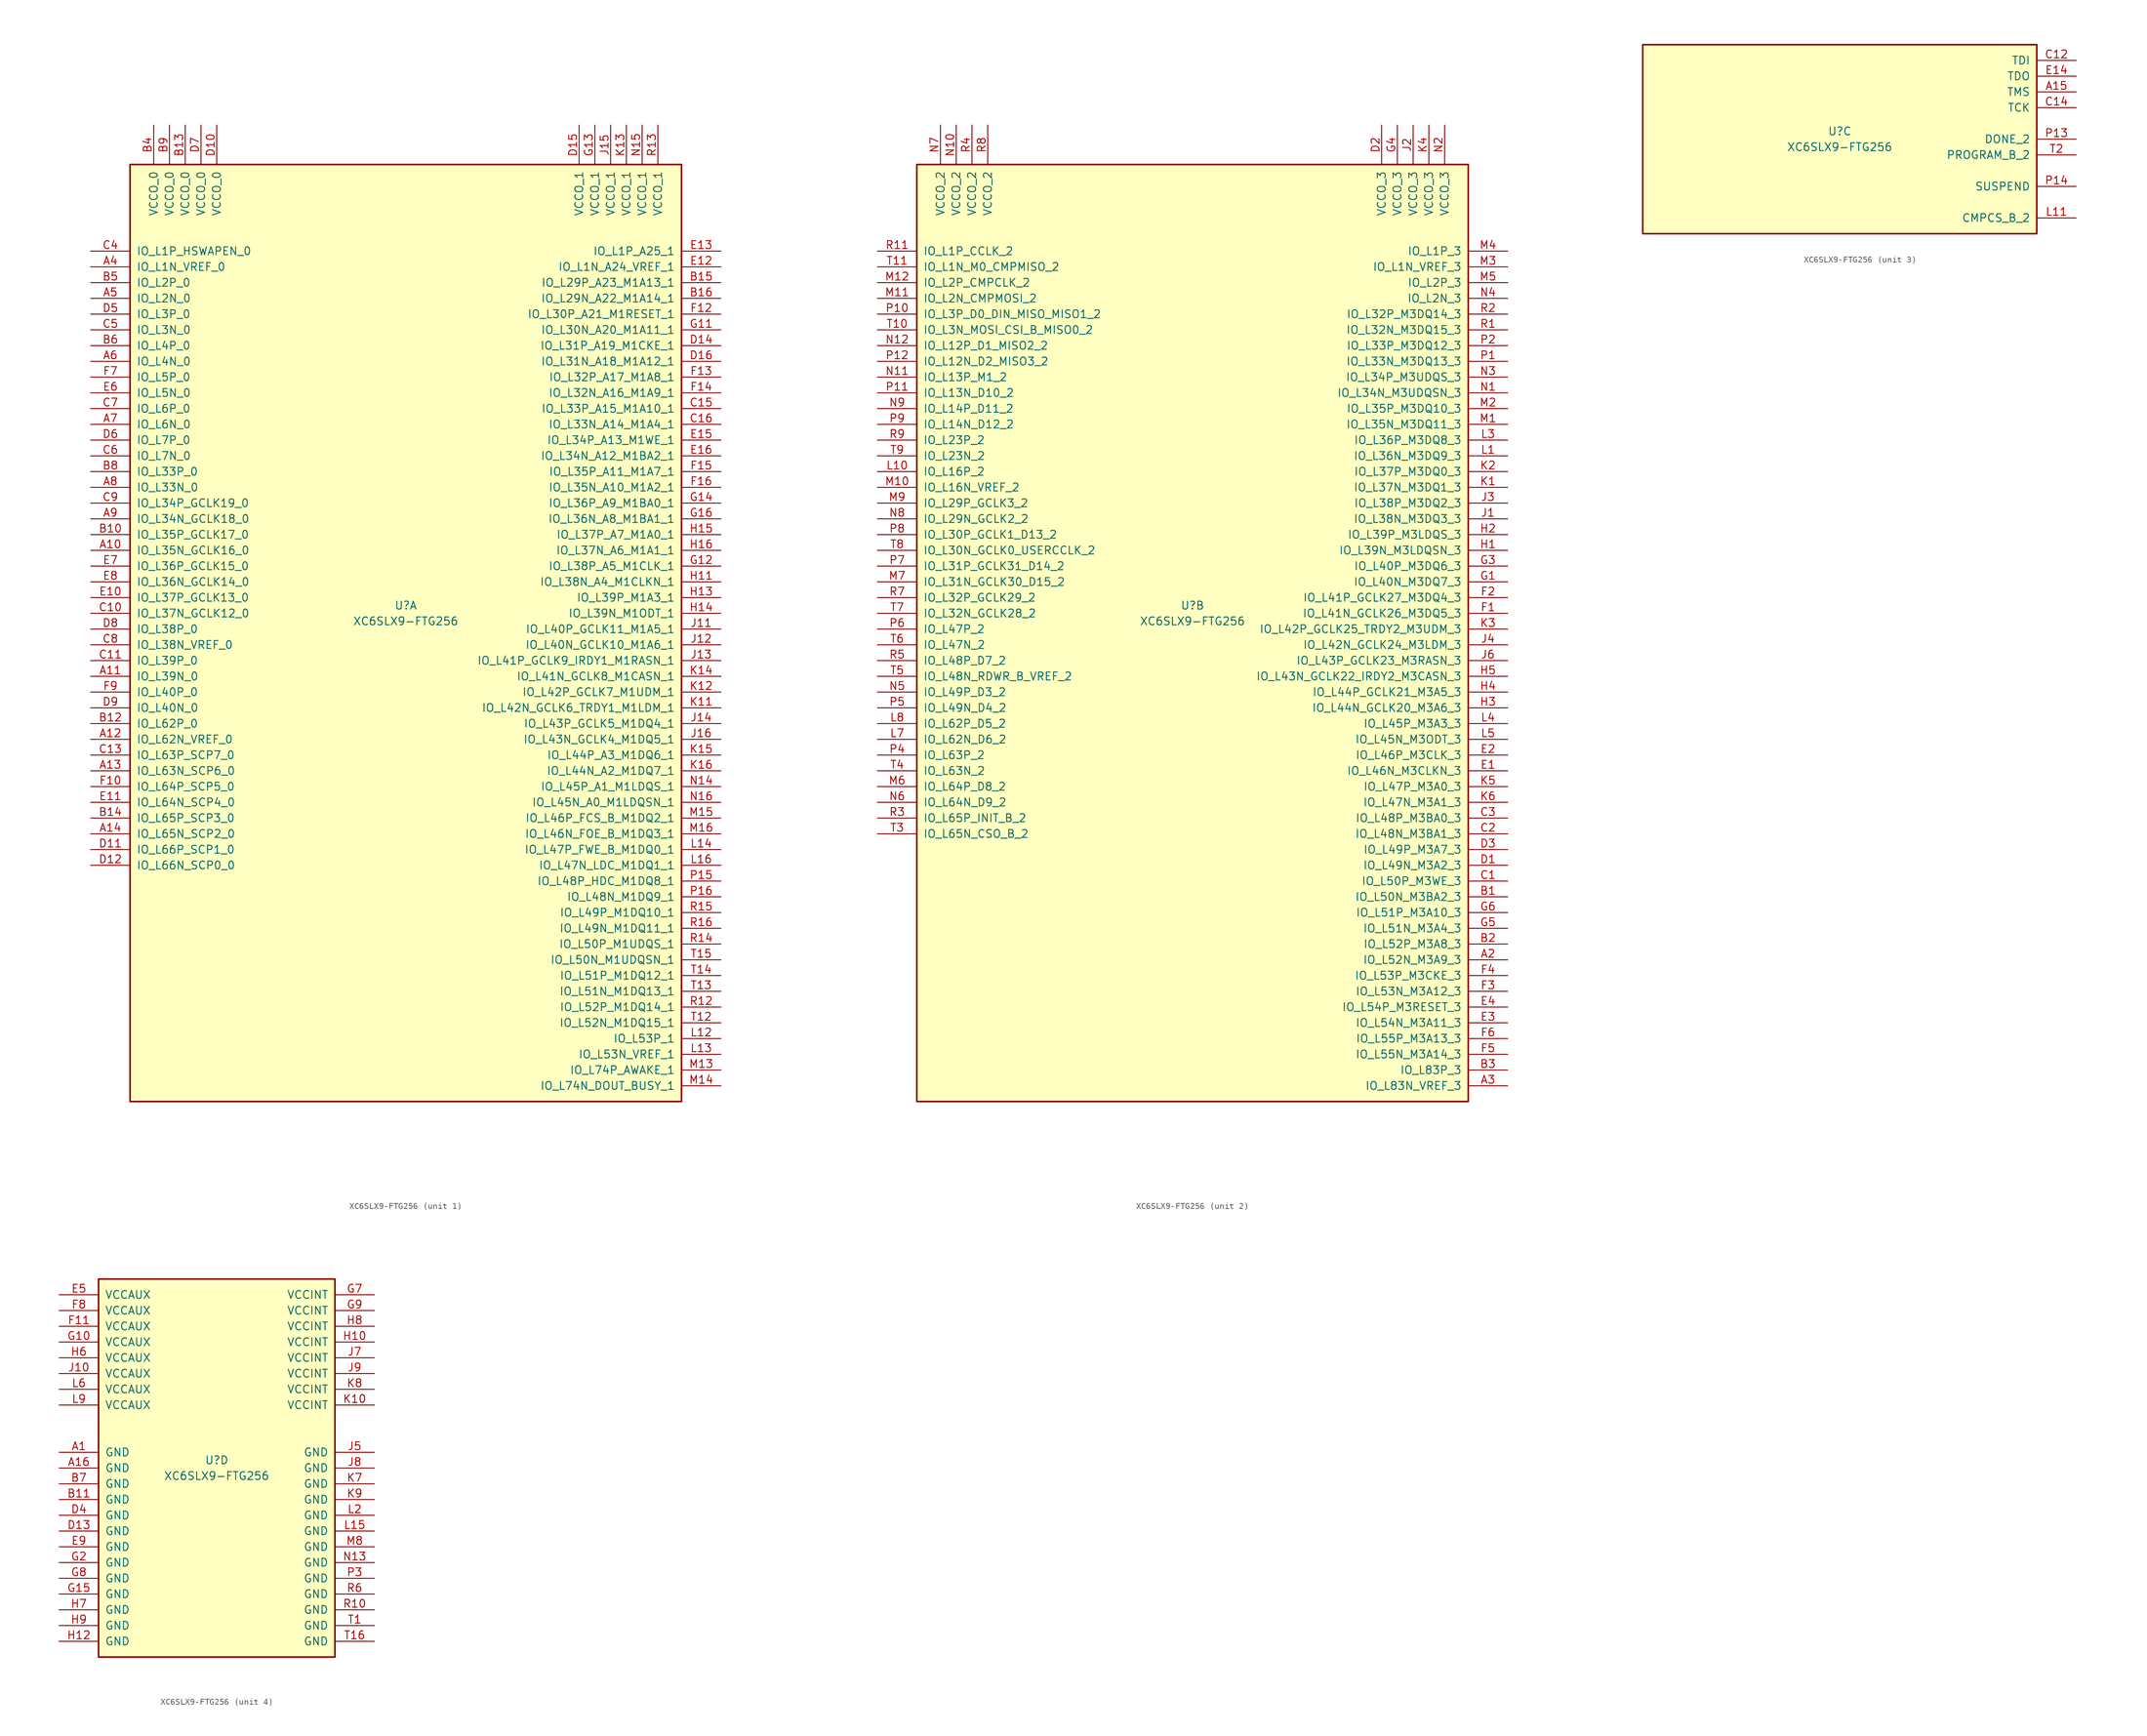
<source format=kicad_sym>
(kicad_symbol_lib
  (version 20201005)
  (generator kicad_symbol_editor)
  (symbol "XC6SLX9-FTG256"
    (pin_names
      (offset 1.016))
    (property "Reference" "U"
      (at 0 1.27 0)
      (effects (font (size 1.27 1.27))))
    (property "Value" "XC6SLX9-FTG256"
      (at 0 -1.27 0)
      (effects (font (size 1.27 1.27))))
    (property "Datasheet" ""
      (at 0 0 0)
      (effects (font (size 1.27 1.27))))
    (property "ki_locked" ""
      (at 0 0 0)
      (effects (font (size 1.27 1.27))))
    (symbol "XC6SLX9-FTG256_1_1"
      (rectangle (start -44.45 72.39) (end 44.45 -78.74) (stroke (width 0.254)) (fill (type background)))
      (pin bidirectional line (at -50.8 10.16 0) (length 6.35) (name "IO_L35N_GCLK16_0" (effects (font (size 1.27 1.27)))) (number "A10" (effects (font (size 1.27 1.27)))))
      (pin bidirectional line (at -50.8 -10.16 0) (length 6.35) (name "IO_L39N_0" (effects (font (size 1.27 1.27)))) (number "A11" (effects (font (size 1.27 1.27)))))
      (pin bidirectional line (at -50.8 -20.32 0) (length 6.35) (name "IO_L62N_VREF_0" (effects (font (size 1.27 1.27)))) (number "A12" (effects (font (size 1.27 1.27)))))
      (pin bidirectional line (at -50.8 -25.4 0) (length 6.35) (name "IO_L63N_SCP6_0" (effects (font (size 1.27 1.27)))) (number "A13" (effects (font (size 1.27 1.27)))))
      (pin bidirectional line (at -50.8 -35.56 0) (length 6.35) (name "IO_L65N_SCP2_0" (effects (font (size 1.27 1.27)))) (number "A14" (effects (font (size 1.27 1.27)))))
      (pin bidirectional line (at -50.8 55.88 0) (length 6.35) (name "IO_L1N_VREF_0" (effects (font (size 1.27 1.27)))) (number "A4" (effects (font (size 1.27 1.27)))))
      (pin bidirectional line (at -50.8 50.8 0) (length 6.35) (name "IO_L2N_0" (effects (font (size 1.27 1.27)))) (number "A5" (effects (font (size 1.27 1.27)))))
      (pin bidirectional line (at -50.8 40.64 0) (length 6.35) (name "IO_L4N_0" (effects (font (size 1.27 1.27)))) (number "A6" (effects (font (size 1.27 1.27)))))
      (pin bidirectional line (at -50.8 30.48 0) (length 6.35) (name "IO_L6N_0" (effects (font (size 1.27 1.27)))) (number "A7" (effects (font (size 1.27 1.27)))))
      (pin bidirectional line (at -50.8 20.32 0) (length 6.35) (name "IO_L33N_0" (effects (font (size 1.27 1.27)))) (number "A8" (effects (font (size 1.27 1.27)))))
      (pin bidirectional line (at -50.8 15.24 0) (length 6.35) (name "IO_L34N_GCLK18_0" (effects (font (size 1.27 1.27)))) (number "A9" (effects (font (size 1.27 1.27)))))
      (pin bidirectional line (at -50.8 12.7 0) (length 6.35) (name "IO_L35P_GCLK17_0" (effects (font (size 1.27 1.27)))) (number "B10" (effects (font (size 1.27 1.27)))))
      (pin bidirectional line (at -50.8 -17.78 0) (length 6.35) (name "IO_L62P_0" (effects (font (size 1.27 1.27)))) (number "B12" (effects (font (size 1.27 1.27)))))
      (pin power_in line (at -35.56 78.74 270) (length 6.35) (name "VCCO_0" (effects (font (size 1.27 1.27)))) (number "B13" (effects (font (size 1.27 1.27)))))
      (pin bidirectional line (at -50.8 -33.02 0) (length 6.35) (name "IO_L65P_SCP3_0" (effects (font (size 1.27 1.27)))) (number "B14" (effects (font (size 1.27 1.27)))))
      (pin bidirectional line (at 50.8 53.34 180) (length 6.35) (name "IO_L29P_A23_M1A13_1" (effects (font (size 1.27 1.27)))) (number "B15" (effects (font (size 1.27 1.27)))))
      (pin bidirectional line (at 50.8 50.8 180) (length 6.35) (name "IO_L29N_A22_M1A14_1" (effects (font (size 1.27 1.27)))) (number "B16" (effects (font (size 1.27 1.27)))))
      (pin power_in line (at -40.64 78.74 270) (length 6.35) (name "VCCO_0" (effects (font (size 1.27 1.27)))) (number "B4" (effects (font (size 1.27 1.27)))))
      (pin bidirectional line (at -50.8 53.34 0) (length 6.35) (name "IO_L2P_0" (effects (font (size 1.27 1.27)))) (number "B5" (effects (font (size 1.27 1.27)))))
      (pin bidirectional line (at -50.8 43.18 0) (length 6.35) (name "IO_L4P_0" (effects (font (size 1.27 1.27)))) (number "B6" (effects (font (size 1.27 1.27)))))
      (pin bidirectional line (at -50.8 22.86 0) (length 6.35) (name "IO_L33P_0" (effects (font (size 1.27 1.27)))) (number "B8" (effects (font (size 1.27 1.27)))))
      (pin power_in line (at -38.1 78.74 270) (length 6.35) (name "VCCO_0" (effects (font (size 1.27 1.27)))) (number "B9" (effects (font (size 1.27 1.27)))))
      (pin bidirectional line (at -50.8 0 0) (length 6.35) (name "IO_L37N_GCLK12_0" (effects (font (size 1.27 1.27)))) (number "C10" (effects (font (size 1.27 1.27)))))
      (pin bidirectional line (at -50.8 -7.62 0) (length 6.35) (name "IO_L39P_0" (effects (font (size 1.27 1.27)))) (number "C11" (effects (font (size 1.27 1.27)))))
      (pin bidirectional line (at -50.8 -22.86 0) (length 6.35) (name "IO_L63P_SCP7_0" (effects (font (size 1.27 1.27)))) (number "C13" (effects (font (size 1.27 1.27)))))
      (pin bidirectional line (at 50.8 33.02 180) (length 6.35) (name "IO_L33P_A15_M1A10_1" (effects (font (size 1.27 1.27)))) (number "C15" (effects (font (size 1.27 1.27)))))
      (pin bidirectional line (at 50.8 30.48 180) (length 6.35) (name "IO_L33N_A14_M1A4_1" (effects (font (size 1.27 1.27)))) (number "C16" (effects (font (size 1.27 1.27)))))
      (pin bidirectional line (at -50.8 58.42 0) (length 6.35) (name "IO_L1P_HSWAPEN_0" (effects (font (size 1.27 1.27)))) (number "C4" (effects (font (size 1.27 1.27)))))
      (pin bidirectional line (at -50.8 45.72 0) (length 6.35) (name "IO_L3N_0" (effects (font (size 1.27 1.27)))) (number "C5" (effects (font (size 1.27 1.27)))))
      (pin bidirectional line (at -50.8 25.4 0) (length 6.35) (name "IO_L7N_0" (effects (font (size 1.27 1.27)))) (number "C6" (effects (font (size 1.27 1.27)))))
      (pin bidirectional line (at -50.8 33.02 0) (length 6.35) (name "IO_L6P_0" (effects (font (size 1.27 1.27)))) (number "C7" (effects (font (size 1.27 1.27)))))
      (pin bidirectional line (at -50.8 -5.08 0) (length 6.35) (name "IO_L38N_VREF_0" (effects (font (size 1.27 1.27)))) (number "C8" (effects (font (size 1.27 1.27)))))
      (pin bidirectional line (at -50.8 17.78 0) (length 6.35) (name "IO_L34P_GCLK19_0" (effects (font (size 1.27 1.27)))) (number "C9" (effects (font (size 1.27 1.27)))))
      (pin power_in line (at -30.48 78.74 270) (length 6.35) (name "VCCO_0" (effects (font (size 1.27 1.27)))) (number "D10" (effects (font (size 1.27 1.27)))))
      (pin bidirectional line (at -50.8 -38.1 0) (length 6.35) (name "IO_L66P_SCP1_0" (effects (font (size 1.27 1.27)))) (number "D11" (effects (font (size 1.27 1.27)))))
      (pin bidirectional line (at -50.8 -40.64 0) (length 6.35) (name "IO_L66N_SCP0_0" (effects (font (size 1.27 1.27)))) (number "D12" (effects (font (size 1.27 1.27)))))
      (pin bidirectional line (at 50.8 43.18 180) (length 6.35) (name "IO_L31P_A19_M1CKE_1" (effects (font (size 1.27 1.27)))) (number "D14" (effects (font (size 1.27 1.27)))))
      (pin power_in line (at 27.94 78.74 270) (length 6.35) (name "VCCO_1" (effects (font (size 1.27 1.27)))) (number "D15" (effects (font (size 1.27 1.27)))))
      (pin bidirectional line (at 50.8 40.64 180) (length 6.35) (name "IO_L31N_A18_M1A12_1" (effects (font (size 1.27 1.27)))) (number "D16" (effects (font (size 1.27 1.27)))))
      (pin bidirectional line (at -50.8 48.26 0) (length 6.35) (name "IO_L3P_0" (effects (font (size 1.27 1.27)))) (number "D5" (effects (font (size 1.27 1.27)))))
      (pin bidirectional line (at -50.8 27.94 0) (length 6.35) (name "IO_L7P_0" (effects (font (size 1.27 1.27)))) (number "D6" (effects (font (size 1.27 1.27)))))
      (pin power_in line (at -33.02 78.74 270) (length 6.35) (name "VCCO_0" (effects (font (size 1.27 1.27)))) (number "D7" (effects (font (size 1.27 1.27)))))
      (pin bidirectional line (at -50.8 -2.54 0) (length 6.35) (name "IO_L38P_0" (effects (font (size 1.27 1.27)))) (number "D8" (effects (font (size 1.27 1.27)))))
      (pin bidirectional line (at -50.8 -15.24 0) (length 6.35) (name "IO_L40N_0" (effects (font (size 1.27 1.27)))) (number "D9" (effects (font (size 1.27 1.27)))))
      (pin bidirectional line (at -50.8 2.54 0) (length 6.35) (name "IO_L37P_GCLK13_0" (effects (font (size 1.27 1.27)))) (number "E10" (effects (font (size 1.27 1.27)))))
      (pin bidirectional line (at -50.8 -30.48 0) (length 6.35) (name "IO_L64N_SCP4_0" (effects (font (size 1.27 1.27)))) (number "E11" (effects (font (size 1.27 1.27)))))
      (pin bidirectional line (at 50.8 55.88 180) (length 6.35) (name "IO_L1N_A24_VREF_1" (effects (font (size 1.27 1.27)))) (number "E12" (effects (font (size 1.27 1.27)))))
      (pin bidirectional line (at 50.8 58.42 180) (length 6.35) (name "IO_L1P_A25_1" (effects (font (size 1.27 1.27)))) (number "E13" (effects (font (size 1.27 1.27)))))
      (pin bidirectional line (at 50.8 27.94 180) (length 6.35) (name "IO_L34P_A13_M1WE_1" (effects (font (size 1.27 1.27)))) (number "E15" (effects (font (size 1.27 1.27)))))
      (pin bidirectional line (at 50.8 25.4 180) (length 6.35) (name "IO_L34N_A12_M1BA2_1" (effects (font (size 1.27 1.27)))) (number "E16" (effects (font (size 1.27 1.27)))))
      (pin bidirectional line (at -50.8 35.56 0) (length 6.35) (name "IO_L5N_0" (effects (font (size 1.27 1.27)))) (number "E6" (effects (font (size 1.27 1.27)))))
      (pin bidirectional line (at -50.8 7.62 0) (length 6.35) (name "IO_L36P_GCLK15_0" (effects (font (size 1.27 1.27)))) (number "E7" (effects (font (size 1.27 1.27)))))
      (pin bidirectional line (at -50.8 5.08 0) (length 6.35) (name "IO_L36N_GCLK14_0" (effects (font (size 1.27 1.27)))) (number "E8" (effects (font (size 1.27 1.27)))))
      (pin bidirectional line (at -50.8 -27.94 0) (length 6.35) (name "IO_L64P_SCP5_0" (effects (font (size 1.27 1.27)))) (number "F10" (effects (font (size 1.27 1.27)))))
      (pin bidirectional line (at 50.8 48.26 180) (length 6.35) (name "IO_L30P_A21_M1RESET_1" (effects (font (size 1.27 1.27)))) (number "F12" (effects (font (size 1.27 1.27)))))
      (pin bidirectional line (at 50.8 38.1 180) (length 6.35) (name "IO_L32P_A17_M1A8_1" (effects (font (size 1.27 1.27)))) (number "F13" (effects (font (size 1.27 1.27)))))
      (pin bidirectional line (at 50.8 35.56 180) (length 6.35) (name "IO_L32N_A16_M1A9_1" (effects (font (size 1.27 1.27)))) (number "F14" (effects (font (size 1.27 1.27)))))
      (pin bidirectional line (at 50.8 22.86 180) (length 6.35) (name "IO_L35P_A11_M1A7_1" (effects (font (size 1.27 1.27)))) (number "F15" (effects (font (size 1.27 1.27)))))
      (pin bidirectional line (at 50.8 20.32 180) (length 6.35) (name "IO_L35N_A10_M1A2_1" (effects (font (size 1.27 1.27)))) (number "F16" (effects (font (size 1.27 1.27)))))
      (pin bidirectional line (at -50.8 38.1 0) (length 6.35) (name "IO_L5P_0" (effects (font (size 1.27 1.27)))) (number "F7" (effects (font (size 1.27 1.27)))))
      (pin bidirectional line (at -50.8 -12.7 0) (length 6.35) (name "IO_L40P_0" (effects (font (size 1.27 1.27)))) (number "F9" (effects (font (size 1.27 1.27)))))
      (pin bidirectional line (at 50.8 45.72 180) (length 6.35) (name "IO_L30N_A20_M1A11_1" (effects (font (size 1.27 1.27)))) (number "G11" (effects (font (size 1.27 1.27)))))
      (pin bidirectional line (at 50.8 7.62 180) (length 6.35) (name "IO_L38P_A5_M1CLK_1" (effects (font (size 1.27 1.27)))) (number "G12" (effects (font (size 1.27 1.27)))))
      (pin power_in line (at 30.48 78.74 270) (length 6.35) (name "VCCO_1" (effects (font (size 1.27 1.27)))) (number "G13" (effects (font (size 1.27 1.27)))))
      (pin bidirectional line (at 50.8 17.78 180) (length 6.35) (name "IO_L36P_A9_M1BA0_1" (effects (font (size 1.27 1.27)))) (number "G14" (effects (font (size 1.27 1.27)))))
      (pin bidirectional line (at 50.8 15.24 180) (length 6.35) (name "IO_L36N_A8_M1BA1_1" (effects (font (size 1.27 1.27)))) (number "G16" (effects (font (size 1.27 1.27)))))
      (pin bidirectional line (at 50.8 5.08 180) (length 6.35) (name "IO_L38N_A4_M1CLKN_1" (effects (font (size 1.27 1.27)))) (number "H11" (effects (font (size 1.27 1.27)))))
      (pin bidirectional line (at 50.8 2.54 180) (length 6.35) (name "IO_L39P_M1A3_1" (effects (font (size 1.27 1.27)))) (number "H13" (effects (font (size 1.27 1.27)))))
      (pin bidirectional line (at 50.8 0 180) (length 6.35) (name "IO_L39N_M1ODT_1" (effects (font (size 1.27 1.27)))) (number "H14" (effects (font (size 1.27 1.27)))))
      (pin bidirectional line (at 50.8 12.7 180) (length 6.35) (name "IO_L37P_A7_M1A0_1" (effects (font (size 1.27 1.27)))) (number "H15" (effects (font (size 1.27 1.27)))))
      (pin bidirectional line (at 50.8 10.16 180) (length 6.35) (name "IO_L37N_A6_M1A1_1" (effects (font (size 1.27 1.27)))) (number "H16" (effects (font (size 1.27 1.27)))))
      (pin bidirectional line (at 50.8 -2.54 180) (length 6.35) (name "IO_L40P_GCLK11_M1A5_1" (effects (font (size 1.27 1.27)))) (number "J11" (effects (font (size 1.27 1.27)))))
      (pin bidirectional line (at 50.8 -5.08 180) (length 6.35) (name "IO_L40N_GCLK10_M1A6_1" (effects (font (size 1.27 1.27)))) (number "J12" (effects (font (size 1.27 1.27)))))
      (pin bidirectional line (at 50.8 -7.62 180) (length 6.35) (name "IO_L41P_GCLK9_IRDY1_M1RASN_1" (effects (font (size 1.27 1.27)))) (number "J13" (effects (font (size 1.27 1.27)))))
      (pin bidirectional line (at 50.8 -17.78 180) (length 6.35) (name "IO_L43P_GCLK5_M1DQ4_1" (effects (font (size 1.27 1.27)))) (number "J14" (effects (font (size 1.27 1.27)))))
      (pin power_in line (at 33.02 78.74 270) (length 6.35) (name "VCCO_1" (effects (font (size 1.27 1.27)))) (number "J15" (effects (font (size 1.27 1.27)))))
      (pin bidirectional line (at 50.8 -20.32 180) (length 6.35) (name "IO_L43N_GCLK4_M1DQ5_1" (effects (font (size 1.27 1.27)))) (number "J16" (effects (font (size 1.27 1.27)))))
      (pin bidirectional line (at 50.8 -15.24 180) (length 6.35) (name "IO_L42N_GCLK6_TRDY1_M1LDM_1" (effects (font (size 1.27 1.27)))) (number "K11" (effects (font (size 1.27 1.27)))))
      (pin bidirectional line (at 50.8 -12.7 180) (length 6.35) (name "IO_L42P_GCLK7_M1UDM_1" (effects (font (size 1.27 1.27)))) (number "K12" (effects (font (size 1.27 1.27)))))
      (pin power_in line (at 35.56 78.74 270) (length 6.35) (name "VCCO_1" (effects (font (size 1.27 1.27)))) (number "K13" (effects (font (size 1.27 1.27)))))
      (pin bidirectional line (at 50.8 -10.16 180) (length 6.35) (name "IO_L41N_GCLK8_M1CASN_1" (effects (font (size 1.27 1.27)))) (number "K14" (effects (font (size 1.27 1.27)))))
      (pin bidirectional line (at 50.8 -22.86 180) (length 6.35) (name "IO_L44P_A3_M1DQ6_1" (effects (font (size 1.27 1.27)))) (number "K15" (effects (font (size 1.27 1.27)))))
      (pin bidirectional line (at 50.8 -25.4 180) (length 6.35) (name "IO_L44N_A2_M1DQ7_1" (effects (font (size 1.27 1.27)))) (number "K16" (effects (font (size 1.27 1.27)))))
      (pin bidirectional line (at 50.8 -68.58 180) (length 6.35) (name "IO_L53P_1" (effects (font (size 1.27 1.27)))) (number "L12" (effects (font (size 1.27 1.27)))))
      (pin bidirectional line (at 50.8 -71.12 180) (length 6.35) (name "IO_L53N_VREF_1" (effects (font (size 1.27 1.27)))) (number "L13" (effects (font (size 1.27 1.27)))))
      (pin bidirectional line (at 50.8 -38.1 180) (length 6.35) (name "IO_L47P_FWE_B_M1DQ0_1" (effects (font (size 1.27 1.27)))) (number "L14" (effects (font (size 1.27 1.27)))))
      (pin bidirectional line (at 50.8 -40.64 180) (length 6.35) (name "IO_L47N_LDC_M1DQ1_1" (effects (font (size 1.27 1.27)))) (number "L16" (effects (font (size 1.27 1.27)))))
      (pin bidirectional line (at 50.8 -73.66 180) (length 6.35) (name "IO_L74P_AWAKE_1" (effects (font (size 1.27 1.27)))) (number "M13" (effects (font (size 1.27 1.27)))))
      (pin bidirectional line (at 50.8 -76.2 180) (length 6.35) (name "IO_L74N_DOUT_BUSY_1" (effects (font (size 1.27 1.27)))) (number "M14" (effects (font (size 1.27 1.27)))))
      (pin bidirectional line (at 50.8 -33.02 180) (length 6.35) (name "IO_L46P_FCS_B_M1DQ2_1" (effects (font (size 1.27 1.27)))) (number "M15" (effects (font (size 1.27 1.27)))))
      (pin bidirectional line (at 50.8 -35.56 180) (length 6.35) (name "IO_L46N_FOE_B_M1DQ3_1" (effects (font (size 1.27 1.27)))) (number "M16" (effects (font (size 1.27 1.27)))))
      (pin bidirectional line (at 50.8 -27.94 180) (length 6.35) (name "IO_L45P_A1_M1LDQS_1" (effects (font (size 1.27 1.27)))) (number "N14" (effects (font (size 1.27 1.27)))))
      (pin power_in line (at 38.1 78.74 270) (length 6.35) (name "VCCO_1" (effects (font (size 1.27 1.27)))) (number "N15" (effects (font (size 1.27 1.27)))))
      (pin bidirectional line (at 50.8 -30.48 180) (length 6.35) (name "IO_L45N_A0_M1LDQSN_1" (effects (font (size 1.27 1.27)))) (number "N16" (effects (font (size 1.27 1.27)))))
      (pin bidirectional line (at 50.8 -43.18 180) (length 6.35) (name "IO_L48P_HDC_M1DQ8_1" (effects (font (size 1.27 1.27)))) (number "P15" (effects (font (size 1.27 1.27)))))
      (pin bidirectional line (at 50.8 -45.72 180) (length 6.35) (name "IO_L48N_M1DQ9_1" (effects (font (size 1.27 1.27)))) (number "P16" (effects (font (size 1.27 1.27)))))
      (pin bidirectional line (at 50.8 -63.5 180) (length 6.35) (name "IO_L52P_M1DQ14_1" (effects (font (size 1.27 1.27)))) (number "R12" (effects (font (size 1.27 1.27)))))
      (pin power_in line (at 40.64 78.74 270) (length 6.35) (name "VCCO_1" (effects (font (size 1.27 1.27)))) (number "R13" (effects (font (size 1.27 1.27)))))
      (pin bidirectional line (at 50.8 -53.34 180) (length 6.35) (name "IO_L50P_M1UDQS_1" (effects (font (size 1.27 1.27)))) (number "R14" (effects (font (size 1.27 1.27)))))
      (pin bidirectional line (at 50.8 -48.26 180) (length 6.35) (name "IO_L49P_M1DQ10_1" (effects (font (size 1.27 1.27)))) (number "R15" (effects (font (size 1.27 1.27)))))
      (pin bidirectional line (at 50.8 -50.8 180) (length 6.35) (name "IO_L49N_M1DQ11_1" (effects (font (size 1.27 1.27)))) (number "R16" (effects (font (size 1.27 1.27)))))
      (pin bidirectional line (at 50.8 -66.04 180) (length 6.35) (name "IO_L52N_M1DQ15_1" (effects (font (size 1.27 1.27)))) (number "T12" (effects (font (size 1.27 1.27)))))
      (pin bidirectional line (at 50.8 -60.96 180) (length 6.35) (name "IO_L51N_M1DQ13_1" (effects (font (size 1.27 1.27)))) (number "T13" (effects (font (size 1.27 1.27)))))
      (pin bidirectional line (at 50.8 -58.42 180) (length 6.35) (name "IO_L51P_M1DQ12_1" (effects (font (size 1.27 1.27)))) (number "T14" (effects (font (size 1.27 1.27)))))
      (pin bidirectional line (at 50.8 -55.88 180) (length 6.35) (name "IO_L50N_M1UDQSN_1" (effects (font (size 1.27 1.27)))) (number "T15" (effects (font (size 1.27 1.27))))))
    (symbol "XC6SLX9-FTG256_2_1"
      (rectangle (start -44.45 72.39) (end 44.45 -78.74) (stroke (width 0.254)) (fill (type background)))
      (pin bidirectional line (at 50.8 -55.88 180) (length 6.35) (name "IO_L52N_M3A9_3" (effects (font (size 1.27 1.27)))) (number "A2" (effects (font (size 1.27 1.27)))))
      (pin bidirectional line (at 50.8 -76.2 180) (length 6.35) (name "IO_L83N_VREF_3" (effects (font (size 1.27 1.27)))) (number "A3" (effects (font (size 1.27 1.27)))))
      (pin bidirectional line (at 50.8 -45.72 180) (length 6.35) (name "IO_L50N_M3BA2_3" (effects (font (size 1.27 1.27)))) (number "B1" (effects (font (size 1.27 1.27)))))
      (pin bidirectional line (at 50.8 -53.34 180) (length 6.35) (name "IO_L52P_M3A8_3" (effects (font (size 1.27 1.27)))) (number "B2" (effects (font (size 1.27 1.27)))))
      (pin bidirectional line (at 50.8 -73.66 180) (length 6.35) (name "IO_L83P_3" (effects (font (size 1.27 1.27)))) (number "B3" (effects (font (size 1.27 1.27)))))
      (pin bidirectional line (at 50.8 -43.18 180) (length 6.35) (name "IO_L50P_M3WE_3" (effects (font (size 1.27 1.27)))) (number "C1" (effects (font (size 1.27 1.27)))))
      (pin bidirectional line (at 50.8 -35.56 180) (length 6.35) (name "IO_L48N_M3BA1_3" (effects (font (size 1.27 1.27)))) (number "C2" (effects (font (size 1.27 1.27)))))
      (pin bidirectional line (at 50.8 -33.02 180) (length 6.35) (name "IO_L48P_M3BA0_3" (effects (font (size 1.27 1.27)))) (number "C3" (effects (font (size 1.27 1.27)))))
      (pin bidirectional line (at 50.8 -40.64 180) (length 6.35) (name "IO_L49N_M3A2_3" (effects (font (size 1.27 1.27)))) (number "D1" (effects (font (size 1.27 1.27)))))
      (pin power_in line (at 30.48 78.74 270) (length 6.35) (name "VCCO_3" (effects (font (size 1.27 1.27)))) (number "D2" (effects (font (size 1.27 1.27)))))
      (pin bidirectional line (at 50.8 -38.1 180) (length 6.35) (name "IO_L49P_M3A7_3" (effects (font (size 1.27 1.27)))) (number "D3" (effects (font (size 1.27 1.27)))))
      (pin bidirectional line (at 50.8 -25.4 180) (length 6.35) (name "IO_L46N_M3CLKN_3" (effects (font (size 1.27 1.27)))) (number "E1" (effects (font (size 1.27 1.27)))))
      (pin bidirectional line (at 50.8 -22.86 180) (length 6.35) (name "IO_L46P_M3CLK_3" (effects (font (size 1.27 1.27)))) (number "E2" (effects (font (size 1.27 1.27)))))
      (pin bidirectional line (at 50.8 -66.04 180) (length 6.35) (name "IO_L54N_M3A11_3" (effects (font (size 1.27 1.27)))) (number "E3" (effects (font (size 1.27 1.27)))))
      (pin bidirectional line (at 50.8 -63.5 180) (length 6.35) (name "IO_L54P_M3RESET_3" (effects (font (size 1.27 1.27)))) (number "E4" (effects (font (size 1.27 1.27)))))
      (pin bidirectional line (at 50.8 0 180) (length 6.35) (name "IO_L41N_GCLK26_M3DQ5_3" (effects (font (size 1.27 1.27)))) (number "F1" (effects (font (size 1.27 1.27)))))
      (pin bidirectional line (at 50.8 2.54 180) (length 6.35) (name "IO_L41P_GCLK27_M3DQ4_3" (effects (font (size 1.27 1.27)))) (number "F2" (effects (font (size 1.27 1.27)))))
      (pin bidirectional line (at 50.8 -60.96 180) (length 6.35) (name "IO_L53N_M3A12_3" (effects (font (size 1.27 1.27)))) (number "F3" (effects (font (size 1.27 1.27)))))
      (pin bidirectional line (at 50.8 -58.42 180) (length 6.35) (name "IO_L53P_M3CKE_3" (effects (font (size 1.27 1.27)))) (number "F4" (effects (font (size 1.27 1.27)))))
      (pin bidirectional line (at 50.8 -71.12 180) (length 6.35) (name "IO_L55N_M3A14_3" (effects (font (size 1.27 1.27)))) (number "F5" (effects (font (size 1.27 1.27)))))
      (pin bidirectional line (at 50.8 -68.58 180) (length 6.35) (name "IO_L55P_M3A13_3" (effects (font (size 1.27 1.27)))) (number "F6" (effects (font (size 1.27 1.27)))))
      (pin bidirectional line (at 50.8 5.08 180) (length 6.35) (name "IO_L40N_M3DQ7_3" (effects (font (size 1.27 1.27)))) (number "G1" (effects (font (size 1.27 1.27)))))
      (pin bidirectional line (at 50.8 7.62 180) (length 6.35) (name "IO_L40P_M3DQ6_3" (effects (font (size 1.27 1.27)))) (number "G3" (effects (font (size 1.27 1.27)))))
      (pin power_in line (at 33.02 78.74 270) (length 6.35) (name "VCCO_3" (effects (font (size 1.27 1.27)))) (number "G4" (effects (font (size 1.27 1.27)))))
      (pin bidirectional line (at 50.8 -50.8 180) (length 6.35) (name "IO_L51N_M3A4_3" (effects (font (size 1.27 1.27)))) (number "G5" (effects (font (size 1.27 1.27)))))
      (pin bidirectional line (at 50.8 -48.26 180) (length 6.35) (name "IO_L51P_M3A10_3" (effects (font (size 1.27 1.27)))) (number "G6" (effects (font (size 1.27 1.27)))))
      (pin bidirectional line (at 50.8 10.16 180) (length 6.35) (name "IO_L39N_M3LDQSN_3" (effects (font (size 1.27 1.27)))) (number "H1" (effects (font (size 1.27 1.27)))))
      (pin bidirectional line (at 50.8 12.7 180) (length 6.35) (name "IO_L39P_M3LDQS_3" (effects (font (size 1.27 1.27)))) (number "H2" (effects (font (size 1.27 1.27)))))
      (pin bidirectional line (at 50.8 -15.24 180) (length 6.35) (name "IO_L44N_GCLK20_M3A6_3" (effects (font (size 1.27 1.27)))) (number "H3" (effects (font (size 1.27 1.27)))))
      (pin bidirectional line (at 50.8 -12.7 180) (length 6.35) (name "IO_L44P_GCLK21_M3A5_3" (effects (font (size 1.27 1.27)))) (number "H4" (effects (font (size 1.27 1.27)))))
      (pin bidirectional line (at 50.8 -10.16 180) (length 6.35) (name "IO_L43N_GCLK22_IRDY2_M3CASN_3" (effects (font (size 1.27 1.27)))) (number "H5" (effects (font (size 1.27 1.27)))))
      (pin bidirectional line (at 50.8 15.24 180) (length 6.35) (name "IO_L38N_M3DQ3_3" (effects (font (size 1.27 1.27)))) (number "J1" (effects (font (size 1.27 1.27)))))
      (pin power_in line (at 35.56 78.74 270) (length 6.35) (name "VCCO_3" (effects (font (size 1.27 1.27)))) (number "J2" (effects (font (size 1.27 1.27)))))
      (pin bidirectional line (at 50.8 17.78 180) (length 6.35) (name "IO_L38P_M3DQ2_3" (effects (font (size 1.27 1.27)))) (number "J3" (effects (font (size 1.27 1.27)))))
      (pin bidirectional line (at 50.8 -5.08 180) (length 6.35) (name "IO_L42N_GCLK24_M3LDM_3" (effects (font (size 1.27 1.27)))) (number "J4" (effects (font (size 1.27 1.27)))))
      (pin bidirectional line (at 50.8 -7.62 180) (length 6.35) (name "IO_L43P_GCLK23_M3RASN_3" (effects (font (size 1.27 1.27)))) (number "J6" (effects (font (size 1.27 1.27)))))
      (pin bidirectional line (at 50.8 20.32 180) (length 6.35) (name "IO_L37N_M3DQ1_3" (effects (font (size 1.27 1.27)))) (number "K1" (effects (font (size 1.27 1.27)))))
      (pin bidirectional line (at 50.8 22.86 180) (length 6.35) (name "IO_L37P_M3DQ0_3" (effects (font (size 1.27 1.27)))) (number "K2" (effects (font (size 1.27 1.27)))))
      (pin bidirectional line (at 50.8 -2.54 180) (length 6.35) (name "IO_L42P_GCLK25_TRDY2_M3UDM_3" (effects (font (size 1.27 1.27)))) (number "K3" (effects (font (size 1.27 1.27)))))
      (pin power_in line (at 38.1 78.74 270) (length 6.35) (name "VCCO_3" (effects (font (size 1.27 1.27)))) (number "K4" (effects (font (size 1.27 1.27)))))
      (pin bidirectional line (at 50.8 -27.94 180) (length 6.35) (name "IO_L47P_M3A0_3" (effects (font (size 1.27 1.27)))) (number "K5" (effects (font (size 1.27 1.27)))))
      (pin bidirectional line (at 50.8 -30.48 180) (length 6.35) (name "IO_L47N_M3A1_3" (effects (font (size 1.27 1.27)))) (number "K6" (effects (font (size 1.27 1.27)))))
      (pin bidirectional line (at 50.8 25.4 180) (length 6.35) (name "IO_L36N_M3DQ9_3" (effects (font (size 1.27 1.27)))) (number "L1" (effects (font (size 1.27 1.27)))))
      (pin bidirectional line (at -50.8 22.86 0) (length 6.35) (name "IO_L16P_2" (effects (font (size 1.27 1.27)))) (number "L10" (effects (font (size 1.27 1.27)))))
      (pin bidirectional line (at 50.8 27.94 180) (length 6.35) (name "IO_L36P_M3DQ8_3" (effects (font (size 1.27 1.27)))) (number "L3" (effects (font (size 1.27 1.27)))))
      (pin bidirectional line (at 50.8 -17.78 180) (length 6.35) (name "IO_L45P_M3A3_3" (effects (font (size 1.27 1.27)))) (number "L4" (effects (font (size 1.27 1.27)))))
      (pin bidirectional line (at 50.8 -20.32 180) (length 6.35) (name "IO_L45N_M3ODT_3" (effects (font (size 1.27 1.27)))) (number "L5" (effects (font (size 1.27 1.27)))))
      (pin bidirectional line (at -50.8 -20.32 0) (length 6.35) (name "IO_L62N_D6_2" (effects (font (size 1.27 1.27)))) (number "L7" (effects (font (size 1.27 1.27)))))
      (pin bidirectional line (at -50.8 -17.78 0) (length 6.35) (name "IO_L62P_D5_2" (effects (font (size 1.27 1.27)))) (number "L8" (effects (font (size 1.27 1.27)))))
      (pin bidirectional line (at 50.8 30.48 180) (length 6.35) (name "IO_L35N_M3DQ11_3" (effects (font (size 1.27 1.27)))) (number "M1" (effects (font (size 1.27 1.27)))))
      (pin bidirectional line (at -50.8 20.32 0) (length 6.35) (name "IO_L16N_VREF_2" (effects (font (size 1.27 1.27)))) (number "M10" (effects (font (size 1.27 1.27)))))
      (pin bidirectional line (at -50.8 50.8 0) (length 6.35) (name "IO_L2N_CMPMOSI_2" (effects (font (size 1.27 1.27)))) (number "M11" (effects (font (size 1.27 1.27)))))
      (pin bidirectional line (at -50.8 53.34 0) (length 6.35) (name "IO_L2P_CMPCLK_2" (effects (font (size 1.27 1.27)))) (number "M12" (effects (font (size 1.27 1.27)))))
      (pin bidirectional line (at 50.8 33.02 180) (length 6.35) (name "IO_L35P_M3DQ10_3" (effects (font (size 1.27 1.27)))) (number "M2" (effects (font (size 1.27 1.27)))))
      (pin bidirectional line (at 50.8 55.88 180) (length 6.35) (name "IO_L1N_VREF_3" (effects (font (size 1.27 1.27)))) (number "M3" (effects (font (size 1.27 1.27)))))
      (pin bidirectional line (at 50.8 58.42 180) (length 6.35) (name "IO_L1P_3" (effects (font (size 1.27 1.27)))) (number "M4" (effects (font (size 1.27 1.27)))))
      (pin bidirectional line (at 50.8 53.34 180) (length 6.35) (name "IO_L2P_3" (effects (font (size 1.27 1.27)))) (number "M5" (effects (font (size 1.27 1.27)))))
      (pin bidirectional line (at -50.8 -27.94 0) (length 6.35) (name "IO_L64P_D8_2" (effects (font (size 1.27 1.27)))) (number "M6" (effects (font (size 1.27 1.27)))))
      (pin bidirectional line (at -50.8 5.08 0) (length 6.35) (name "IO_L31N_GCLK30_D15_2" (effects (font (size 1.27 1.27)))) (number "M7" (effects (font (size 1.27 1.27)))))
      (pin bidirectional line (at -50.8 17.78 0) (length 6.35) (name "IO_L29P_GCLK3_2" (effects (font (size 1.27 1.27)))) (number "M9" (effects (font (size 1.27 1.27)))))
      (pin bidirectional line (at 50.8 35.56 180) (length 6.35) (name "IO_L34N_M3UDQSN_3" (effects (font (size 1.27 1.27)))) (number "N1" (effects (font (size 1.27 1.27)))))
      (pin power_in line (at -38.1 78.74 270) (length 6.35) (name "VCCO_2" (effects (font (size 1.27 1.27)))) (number "N10" (effects (font (size 1.27 1.27)))))
      (pin bidirectional line (at -50.8 38.1 0) (length 6.35) (name "IO_L13P_M1_2" (effects (font (size 1.27 1.27)))) (number "N11" (effects (font (size 1.27 1.27)))))
      (pin bidirectional line (at -50.8 43.18 0) (length 6.35) (name "IO_L12P_D1_MISO2_2" (effects (font (size 1.27 1.27)))) (number "N12" (effects (font (size 1.27 1.27)))))
      (pin power_in line (at 40.64 78.74 270) (length 6.35) (name "VCCO_3" (effects (font (size 1.27 1.27)))) (number "N2" (effects (font (size 1.27 1.27)))))
      (pin bidirectional line (at 50.8 38.1 180) (length 6.35) (name "IO_L34P_M3UDQS_3" (effects (font (size 1.27 1.27)))) (number "N3" (effects (font (size 1.27 1.27)))))
      (pin bidirectional line (at 50.8 50.8 180) (length 6.35) (name "IO_L2N_3" (effects (font (size 1.27 1.27)))) (number "N4" (effects (font (size 1.27 1.27)))))
      (pin bidirectional line (at -50.8 -12.7 0) (length 6.35) (name "IO_L49P_D3_2" (effects (font (size 1.27 1.27)))) (number "N5" (effects (font (size 1.27 1.27)))))
      (pin bidirectional line (at -50.8 -30.48 0) (length 6.35) (name "IO_L64N_D9_2" (effects (font (size 1.27 1.27)))) (number "N6" (effects (font (size 1.27 1.27)))))
      (pin power_in line (at -40.64 78.74 270) (length 6.35) (name "VCCO_2" (effects (font (size 1.27 1.27)))) (number "N7" (effects (font (size 1.27 1.27)))))
      (pin bidirectional line (at -50.8 15.24 0) (length 6.35) (name "IO_L29N_GCLK2_2" (effects (font (size 1.27 1.27)))) (number "N8" (effects (font (size 1.27 1.27)))))
      (pin bidirectional line (at -50.8 33.02 0) (length 6.35) (name "IO_L14P_D11_2" (effects (font (size 1.27 1.27)))) (number "N9" (effects (font (size 1.27 1.27)))))
      (pin bidirectional line (at 50.8 40.64 180) (length 6.35) (name "IO_L33N_M3DQ13_3" (effects (font (size 1.27 1.27)))) (number "P1" (effects (font (size 1.27 1.27)))))
      (pin bidirectional line (at -50.8 48.26 0) (length 6.35) (name "IO_L3P_D0_DIN_MISO_MISO1_2" (effects (font (size 1.27 1.27)))) (number "P10" (effects (font (size 1.27 1.27)))))
      (pin bidirectional line (at -50.8 35.56 0) (length 6.35) (name "IO_L13N_D10_2" (effects (font (size 1.27 1.27)))) (number "P11" (effects (font (size 1.27 1.27)))))
      (pin bidirectional line (at -50.8 40.64 0) (length 6.35) (name "IO_L12N_D2_MISO3_2" (effects (font (size 1.27 1.27)))) (number "P12" (effects (font (size 1.27 1.27)))))
      (pin bidirectional line (at 50.8 43.18 180) (length 6.35) (name "IO_L33P_M3DQ12_3" (effects (font (size 1.27 1.27)))) (number "P2" (effects (font (size 1.27 1.27)))))
      (pin bidirectional line (at -50.8 -22.86 0) (length 6.35) (name "IO_L63P_2" (effects (font (size 1.27 1.27)))) (number "P4" (effects (font (size 1.27 1.27)))))
      (pin bidirectional line (at -50.8 -15.24 0) (length 6.35) (name "IO_L49N_D4_2" (effects (font (size 1.27 1.27)))) (number "P5" (effects (font (size 1.27 1.27)))))
      (pin bidirectional line (at -50.8 -2.54 0) (length 6.35) (name "IO_L47P_2" (effects (font (size 1.27 1.27)))) (number "P6" (effects (font (size 1.27 1.27)))))
      (pin bidirectional line (at -50.8 7.62 0) (length 6.35) (name "IO_L31P_GCLK31_D14_2" (effects (font (size 1.27 1.27)))) (number "P7" (effects (font (size 1.27 1.27)))))
      (pin bidirectional line (at -50.8 12.7 0) (length 6.35) (name "IO_L30P_GCLK1_D13_2" (effects (font (size 1.27 1.27)))) (number "P8" (effects (font (size 1.27 1.27)))))
      (pin bidirectional line (at -50.8 30.48 0) (length 6.35) (name "IO_L14N_D12_2" (effects (font (size 1.27 1.27)))) (number "P9" (effects (font (size 1.27 1.27)))))
      (pin bidirectional line (at 50.8 45.72 180) (length 6.35) (name "IO_L32N_M3DQ15_3" (effects (font (size 1.27 1.27)))) (number "R1" (effects (font (size 1.27 1.27)))))
      (pin bidirectional line (at -50.8 58.42 0) (length 6.35) (name "IO_L1P_CCLK_2" (effects (font (size 1.27 1.27)))) (number "R11" (effects (font (size 1.27 1.27)))))
      (pin bidirectional line (at 50.8 48.26 180) (length 6.35) (name "IO_L32P_M3DQ14_3" (effects (font (size 1.27 1.27)))) (number "R2" (effects (font (size 1.27 1.27)))))
      (pin bidirectional line (at -50.8 -33.02 0) (length 6.35) (name "IO_L65P_INIT_B_2" (effects (font (size 1.27 1.27)))) (number "R3" (effects (font (size 1.27 1.27)))))
      (pin power_in line (at -35.56 78.74 270) (length 6.35) (name "VCCO_2" (effects (font (size 1.27 1.27)))) (number "R4" (effects (font (size 1.27 1.27)))))
      (pin bidirectional line (at -50.8 -7.62 0) (length 6.35) (name "IO_L48P_D7_2" (effects (font (size 1.27 1.27)))) (number "R5" (effects (font (size 1.27 1.27)))))
      (pin bidirectional line (at -50.8 2.54 0) (length 6.35) (name "IO_L32P_GCLK29_2" (effects (font (size 1.27 1.27)))) (number "R7" (effects (font (size 1.27 1.27)))))
      (pin power_in line (at -33.02 78.74 270) (length 6.35) (name "VCCO_2" (effects (font (size 1.27 1.27)))) (number "R8" (effects (font (size 1.27 1.27)))))
      (pin bidirectional line (at -50.8 27.94 0) (length 6.35) (name "IO_L23P_2" (effects (font (size 1.27 1.27)))) (number "R9" (effects (font (size 1.27 1.27)))))
      (pin bidirectional line (at -50.8 45.72 0) (length 6.35) (name "IO_L3N_MOSI_CSI_B_MISO0_2" (effects (font (size 1.27 1.27)))) (number "T10" (effects (font (size 1.27 1.27)))))
      (pin bidirectional line (at -50.8 55.88 0) (length 6.35) (name "IO_L1N_M0_CMPMISO_2" (effects (font (size 1.27 1.27)))) (number "T11" (effects (font (size 1.27 1.27)))))
      (pin bidirectional line (at -50.8 -35.56 0) (length 6.35) (name "IO_L65N_CSO_B_2" (effects (font (size 1.27 1.27)))) (number "T3" (effects (font (size 1.27 1.27)))))
      (pin bidirectional line (at -50.8 -25.4 0) (length 6.35) (name "IO_L63N_2" (effects (font (size 1.27 1.27)))) (number "T4" (effects (font (size 1.27 1.27)))))
      (pin bidirectional line (at -50.8 -10.16 0) (length 6.35) (name "IO_L48N_RDWR_B_VREF_2" (effects (font (size 1.27 1.27)))) (number "T5" (effects (font (size 1.27 1.27)))))
      (pin bidirectional line (at -50.8 -5.08 0) (length 6.35) (name "IO_L47N_2" (effects (font (size 1.27 1.27)))) (number "T6" (effects (font (size 1.27 1.27)))))
      (pin bidirectional line (at -50.8 0 0) (length 6.35) (name "IO_L32N_GCLK28_2" (effects (font (size 1.27 1.27)))) (number "T7" (effects (font (size 1.27 1.27)))))
      (pin bidirectional line (at -50.8 10.16 0) (length 6.35) (name "IO_L30N_GCLK0_USERCCLK_2" (effects (font (size 1.27 1.27)))) (number "T8" (effects (font (size 1.27 1.27)))))
      (pin bidirectional line (at -50.8 25.4 0) (length 6.35) (name "IO_L23N_2" (effects (font (size 1.27 1.27)))) (number "T9" (effects (font (size 1.27 1.27))))))
    (symbol "XC6SLX9-FTG256_3_1"
      (rectangle (start -31.75 15.24) (end 31.75 -15.24) (stroke (width 0.254)) (fill (type background)))
      (pin bidirectional line (at 38.1 7.62 180) (length 6.35) (name "TMS" (effects (font (size 1.27 1.27)))) (number "A15" (effects (font (size 1.27 1.27)))))
      (pin bidirectional line (at 38.1 12.7 180) (length 6.35) (name "TDI" (effects (font (size 1.27 1.27)))) (number "C12" (effects (font (size 1.27 1.27)))))
      (pin bidirectional line (at 38.1 5.08 180) (length 6.35) (name "TCK" (effects (font (size 1.27 1.27)))) (number "C14" (effects (font (size 1.27 1.27)))))
      (pin bidirectional line (at 38.1 10.16 180) (length 6.35) (name "TDO" (effects (font (size 1.27 1.27)))) (number "E14" (effects (font (size 1.27 1.27)))))
      (pin bidirectional line (at 38.1 -12.7 180) (length 6.35) (name "CMPCS_B_2" (effects (font (size 1.27 1.27)))) (number "L11" (effects (font (size 1.27 1.27)))))
      (pin bidirectional line (at 38.1 0 180) (length 6.35) (name "DONE_2" (effects (font (size 1.27 1.27)))) (number "P13" (effects (font (size 1.27 1.27)))))
      (pin bidirectional line (at 38.1 -7.62 180) (length 6.35) (name "SUSPEND" (effects (font (size 1.27 1.27)))) (number "P14" (effects (font (size 1.27 1.27)))))
      (pin bidirectional line (at 38.1 -2.54 180) (length 6.35) (name "PROGRAM_B_2" (effects (font (size 1.27 1.27)))) (number "T2" (effects (font (size 1.27 1.27))))))
    (symbol "XC6SLX9-FTG256_4_1"
      (rectangle (start -19.05 30.48) (end 19.05 -30.48) (stroke (width 0.254)) (fill (type background)))
      (pin power_in line (at -25.4 2.54 0) (length 6.35) (name "GND" (effects (font (size 1.27 1.27)))) (number "A1" (effects (font (size 1.27 1.27)))))
      (pin power_in line (at -25.4 0 0) (length 6.35) (name "GND" (effects (font (size 1.27 1.27)))) (number "A16" (effects (font (size 1.27 1.27)))))
      (pin power_in line (at -25.4 -5.08 0) (length 6.35) (name "GND" (effects (font (size 1.27 1.27)))) (number "B11" (effects (font (size 1.27 1.27)))))
      (pin power_in line (at -25.4 -2.54 0) (length 6.35) (name "GND" (effects (font (size 1.27 1.27)))) (number "B7" (effects (font (size 1.27 1.27)))))
      (pin power_in line (at -25.4 -10.16 0) (length 6.35) (name "GND" (effects (font (size 1.27 1.27)))) (number "D13" (effects (font (size 1.27 1.27)))))
      (pin power_in line (at -25.4 -7.62 0) (length 6.35) (name "GND" (effects (font (size 1.27 1.27)))) (number "D4" (effects (font (size 1.27 1.27)))))
      (pin power_in line (at -25.4 27.94 0) (length 6.35) (name "VCCAUX" (effects (font (size 1.27 1.27)))) (number "E5" (effects (font (size 1.27 1.27)))))
      (pin power_in line (at -25.4 -12.7 0) (length 6.35) (name "GND" (effects (font (size 1.27 1.27)))) (number "E9" (effects (font (size 1.27 1.27)))))
      (pin power_in line (at -25.4 22.86 0) (length 6.35) (name "VCCAUX" (effects (font (size 1.27 1.27)))) (number "F11" (effects (font (size 1.27 1.27)))))
      (pin power_in line (at -25.4 25.4 0) (length 6.35) (name "VCCAUX" (effects (font (size 1.27 1.27)))) (number "F8" (effects (font (size 1.27 1.27)))))
      (pin power_in line (at -25.4 20.32 0) (length 6.35) (name "VCCAUX" (effects (font (size 1.27 1.27)))) (number "G10" (effects (font (size 1.27 1.27)))))
      (pin power_in line (at -25.4 -20.32 0) (length 6.35) (name "GND" (effects (font (size 1.27 1.27)))) (number "G15" (effects (font (size 1.27 1.27)))))
      (pin power_in line (at -25.4 -15.24 0) (length 6.35) (name "GND" (effects (font (size 1.27 1.27)))) (number "G2" (effects (font (size 1.27 1.27)))))
      (pin power_in line (at 25.4 27.94 180) (length 6.35) (name "VCCINT" (effects (font (size 1.27 1.27)))) (number "G7" (effects (font (size 1.27 1.27)))))
      (pin power_in line (at -25.4 -17.78 0) (length 6.35) (name "GND" (effects (font (size 1.27 1.27)))) (number "G8" (effects (font (size 1.27 1.27)))))
      (pin power_in line (at 25.4 25.4 180) (length 6.35) (name "VCCINT" (effects (font (size 1.27 1.27)))) (number "G9" (effects (font (size 1.27 1.27)))))
      (pin power_in line (at 25.4 20.32 180) (length 6.35) (name "VCCINT" (effects (font (size 1.27 1.27)))) (number "H10" (effects (font (size 1.27 1.27)))))
      (pin power_in line (at -25.4 -27.94 0) (length 6.35) (name "GND" (effects (font (size 1.27 1.27)))) (number "H12" (effects (font (size 1.27 1.27)))))
      (pin power_in line (at -25.4 17.78 0) (length 6.35) (name "VCCAUX" (effects (font (size 1.27 1.27)))) (number "H6" (effects (font (size 1.27 1.27)))))
      (pin power_in line (at -25.4 -22.86 0) (length 6.35) (name "GND" (effects (font (size 1.27 1.27)))) (number "H7" (effects (font (size 1.27 1.27)))))
      (pin power_in line (at 25.4 22.86 180) (length 6.35) (name "VCCINT" (effects (font (size 1.27 1.27)))) (number "H8" (effects (font (size 1.27 1.27)))))
      (pin power_in line (at -25.4 -25.4 0) (length 6.35) (name "GND" (effects (font (size 1.27 1.27)))) (number "H9" (effects (font (size 1.27 1.27)))))
      (pin power_in line (at -25.4 15.24 0) (length 6.35) (name "VCCAUX" (effects (font (size 1.27 1.27)))) (number "J10" (effects (font (size 1.27 1.27)))))
      (pin power_in line (at 25.4 2.54 180) (length 6.35) (name "GND" (effects (font (size 1.27 1.27)))) (number "J5" (effects (font (size 1.27 1.27)))))
      (pin power_in line (at 25.4 17.78 180) (length 6.35) (name "VCCINT" (effects (font (size 1.27 1.27)))) (number "J7" (effects (font (size 1.27 1.27)))))
      (pin power_in line (at 25.4 0 180) (length 6.35) (name "GND" (effects (font (size 1.27 1.27)))) (number "J8" (effects (font (size 1.27 1.27)))))
      (pin power_in line (at 25.4 15.24 180) (length 6.35) (name "VCCINT" (effects (font (size 1.27 1.27)))) (number "J9" (effects (font (size 1.27 1.27)))))
      (pin power_in line (at 25.4 10.16 180) (length 6.35) (name "VCCINT" (effects (font (size 1.27 1.27)))) (number "K10" (effects (font (size 1.27 1.27)))))
      (pin power_in line (at 25.4 -2.54 180) (length 6.35) (name "GND" (effects (font (size 1.27 1.27)))) (number "K7" (effects (font (size 1.27 1.27)))))
      (pin power_in line (at 25.4 12.7 180) (length 6.35) (name "VCCINT" (effects (font (size 1.27 1.27)))) (number "K8" (effects (font (size 1.27 1.27)))))
      (pin power_in line (at 25.4 -5.08 180) (length 6.35) (name "GND" (effects (font (size 1.27 1.27)))) (number "K9" (effects (font (size 1.27 1.27)))))
      (pin power_in line (at 25.4 -10.16 180) (length 6.35) (name "GND" (effects (font (size 1.27 1.27)))) (number "L15" (effects (font (size 1.27 1.27)))))
      (pin power_in line (at 25.4 -7.62 180) (length 6.35) (name "GND" (effects (font (size 1.27 1.27)))) (number "L2" (effects (font (size 1.27 1.27)))))
      (pin power_in line (at -25.4 12.7 0) (length 6.35) (name "VCCAUX" (effects (font (size 1.27 1.27)))) (number "L6" (effects (font (size 1.27 1.27)))))
      (pin power_in line (at -25.4 10.16 0) (length 6.35) (name "VCCAUX" (effects (font (size 1.27 1.27)))) (number "L9" (effects (font (size 1.27 1.27)))))
      (pin power_in line (at 25.4 -12.7 180) (length 6.35) (name "GND" (effects (font (size 1.27 1.27)))) (number "M8" (effects (font (size 1.27 1.27)))))
      (pin power_in line (at 25.4 -15.24 180) (length 6.35) (name "GND" (effects (font (size 1.27 1.27)))) (number "N13" (effects (font (size 1.27 1.27)))))
      (pin power_in line (at 25.4 -17.78 180) (length 6.35) (name "GND" (effects (font (size 1.27 1.27)))) (number "P3" (effects (font (size 1.27 1.27)))))
      (pin power_in line (at 25.4 -22.86 180) (length 6.35) (name "GND" (effects (font (size 1.27 1.27)))) (number "R10" (effects (font (size 1.27 1.27)))))
      (pin power_in line (at 25.4 -20.32 180) (length 6.35) (name "GND" (effects (font (size 1.27 1.27)))) (number "R6" (effects (font (size 1.27 1.27)))))
      (pin power_in line (at 25.4 -25.4 180) (length 6.35) (name "GND" (effects (font (size 1.27 1.27)))) (number "T1" (effects (font (size 1.27 1.27)))))
      (pin power_in line (at 25.4 -27.94 180) (length 6.35) (name "GND" (effects (font (size 1.27 1.27)))) (number "T16" (effects (font (size 1.27 1.27))))))))
</source>
